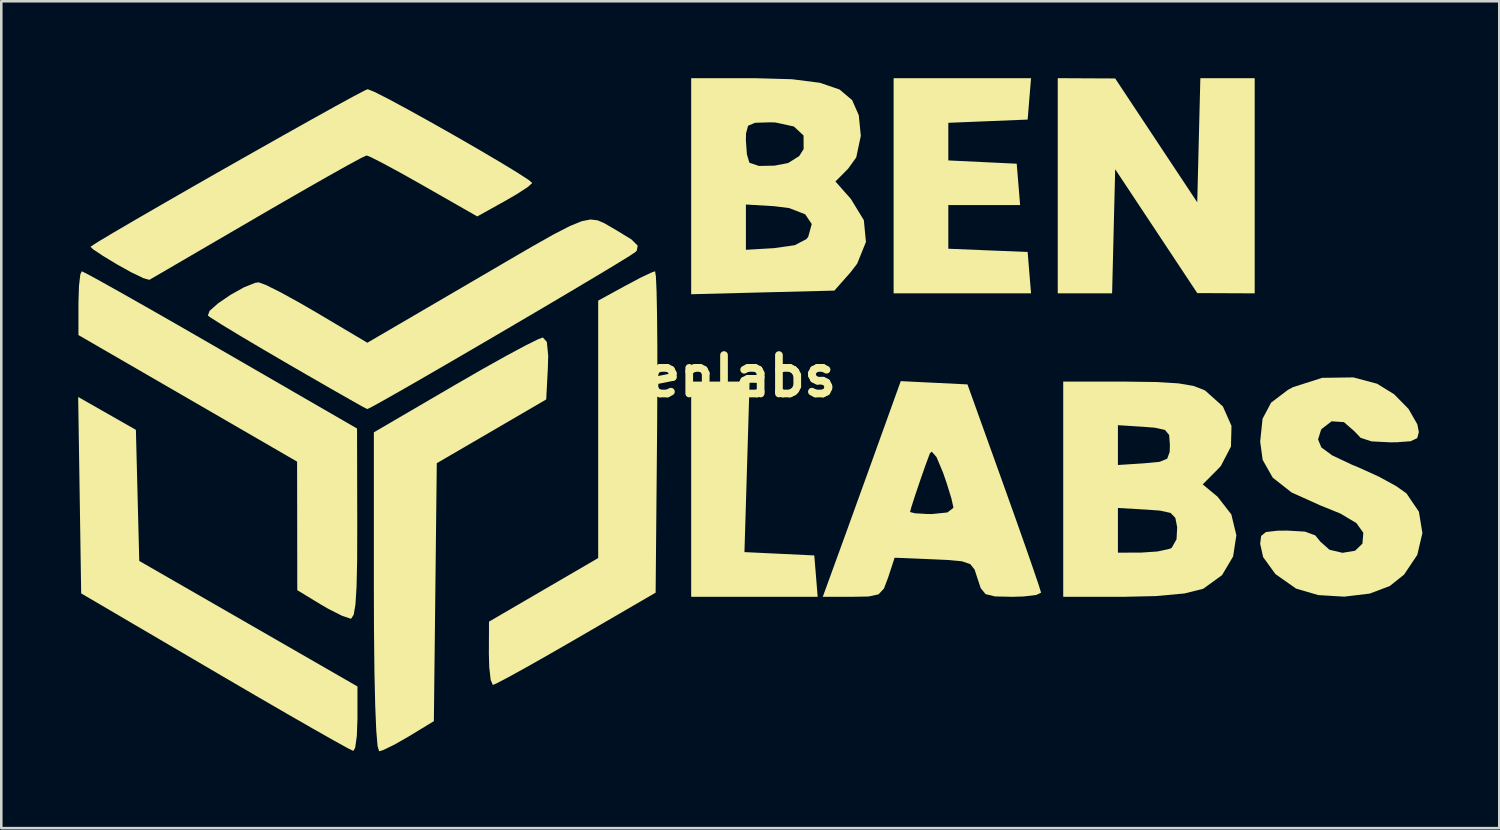
<source format=kicad_pcb>
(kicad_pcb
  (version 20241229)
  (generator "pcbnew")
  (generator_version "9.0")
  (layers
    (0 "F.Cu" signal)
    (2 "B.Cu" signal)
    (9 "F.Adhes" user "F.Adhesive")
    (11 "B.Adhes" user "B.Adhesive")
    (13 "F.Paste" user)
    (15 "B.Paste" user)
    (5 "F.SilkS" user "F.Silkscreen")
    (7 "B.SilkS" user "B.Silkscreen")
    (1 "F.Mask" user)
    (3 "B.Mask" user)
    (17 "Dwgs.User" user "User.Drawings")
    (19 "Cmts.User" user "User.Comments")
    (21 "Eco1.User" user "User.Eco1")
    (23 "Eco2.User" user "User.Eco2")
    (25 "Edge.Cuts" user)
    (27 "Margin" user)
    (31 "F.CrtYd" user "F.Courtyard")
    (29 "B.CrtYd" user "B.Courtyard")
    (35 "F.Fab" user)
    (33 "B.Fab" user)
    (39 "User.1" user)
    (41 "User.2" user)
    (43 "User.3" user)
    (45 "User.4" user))
  (footprint "benlabs"
    (layer "F.Cu")
    (at 25.197 11.624)
    (property "Reference" "benlabs" (at 0 0 0) (layer "F.SilkS") (effects (font (size 1.5 1.5) (thickness 0.3))))
    (attr board_only exclude_from_pos_files exclude_from_bom)
    (fp_poly (pts (xy 0.898 3.541) (xy 0.797 6.866) (xy 2.16 6.931) (xy 3.522 6.996) (xy 3.588 7.803) (xy 3.654 8.61) (xy 1.187 8.61) (xy -1.281 8.61) (xy -1.281 4.413) (xy -1.281 0.215) (xy -0.141 0.215) (xy 0.998 0.215)) (stroke (width 0) (type solid)) (fill yes) (layer "F.SilkS"))
    (fp_poly (pts (xy -24.071 1.455) (xy -22.945 2.096) (xy -22.88 4.653) (xy -22.814 7.211) (xy -18.557 9.659) (xy -14.301 12.108) (xy -14.301 13.373) (xy -14.326 14.043) (xy -14.39 14.496) (xy -14.461 14.623) (xy -14.68 14.516) (xy -15.219 14.218) (xy -16.031 13.758) (xy -17.066 13.164) (xy -18.277 12.462) (xy -19.615 11.681) (xy -19.85 11.543) (xy -25.08 8.477) (xy -25.138 4.646) (xy -25.197 0.814)) (stroke (width 0) (type solid)) (fill yes) (layer "F.SilkS"))
    (fp_poly (pts (xy 20.704 -7.426) (xy 20.704 -3.229) (xy 19.584 -3.234) (xy 18.463 -3.239) (xy 16.862 -5.656) (xy 15.261 -8.072) (xy 15.201 -5.65) (xy 15.141 -3.229) (xy 14.08 -3.229) (xy 13.02 -3.229) (xy 13.02 -7.426) (xy 13.02 -11.624) (xy 14.141 -11.618) (xy 15.261 -11.613) (xy 16.862 -9.197) (xy 18.463 -6.781) (xy 18.523 -9.202) (xy 18.584 -11.624) (xy 19.644 -11.624) (xy 20.704 -11.624)) (stroke (width 0) (type solid)) (fill yes) (layer "F.SilkS"))
    (fp_poly (pts (xy 11.912 -10.817) (xy 11.846 -10.009) (xy 10.299 -9.946) (xy 8.751 -9.883) (xy 8.751 -9.149) (xy 8.751 -8.415) (xy 10.085 -8.351) (xy 11.419 -8.287) (xy 11.486 -7.48) (xy 11.552 -6.673) (xy 10.152 -6.673) (xy 8.751 -6.673) (xy 8.751 -5.821) (xy 8.751 -4.97) (xy 10.299 -4.906) (xy 11.846 -4.843) (xy 11.912 -4.036) (xy 11.979 -3.229) (xy 9.298 -3.229) (xy 6.617 -3.229) (xy 6.617 -7.426) (xy 6.617 -11.624) (xy 9.298 -11.624) (xy 11.979 -11.624)) (stroke (width 0) (type solid)) (fill yes) (layer "F.SilkS"))
    (fp_poly (pts (xy -6.912 -1.334) (xy -6.859 -0.795) (xy -6.873 -0.298) (xy -6.937 0.91) (xy -9.071 2.154) (xy -11.206 3.397) (xy -11.263 8.429) (xy -11.32 13.461) (xy -12.286 14.049) (xy -12.868 14.382) (xy -13.311 14.595) (xy -13.456 14.637) (xy -13.517 14.427) (xy -13.568 13.816) (xy -13.609 12.835) (xy -13.639 11.512) (xy -13.656 9.879) (xy -13.661 8.415) (xy -13.661 2.193) (xy -10.493 0.343) (xy -9.437 -0.266) (xy -8.499 -0.79) (xy -7.746 -1.194) (xy -7.243 -1.443) (xy -7.067 -1.507)) (stroke (width 0) (type solid)) (fill yes) (layer "F.SilkS"))
    (fp_poly (pts (xy -2.657 -3.883) (xy -2.631 -3.3) (xy -2.613 -2.393) (xy -2.602 -1.216) (xy -2.6 0.179) (xy -2.608 1.736) (xy -2.611 2.179) (xy -2.668 8.448) (xy -5.763 10.246) (xy -6.8 10.843) (xy -7.708 11.357) (xy -8.424 11.752) (xy -8.883 11.992) (xy -9.018 12.049) (xy -9.103 11.857) (xy -9.16 11.354) (xy -9.174 10.817) (xy -9.169 9.579) (xy -7.039 8.338) (xy -4.909 7.098) (xy -4.909 2.077) (xy -4.909 -2.945) (xy -3.866 -3.517) (xy -3.27 -3.833) (xy -2.834 -4.04) (xy -2.689 -4.09)) (stroke (width 0) (type solid)) (fill yes) (layer "F.SilkS"))
    (fp_poly (pts (xy -24.847 -3.987) (xy -24.314 -3.696) (xy -23.506 -3.244) (xy -22.472 -2.658) (xy -21.258 -1.964) (xy -19.914 -1.19) (xy -19.623 -1.022) (xy -14.317 2.045) (xy -14.309 5.758) (xy -14.313 7.178) (xy -14.336 8.212) (xy -14.379 8.907) (xy -14.447 9.307) (xy -14.542 9.458) (xy -14.568 9.463) (xy -14.896 9.353) (xy -15.43 9.084) (xy -15.742 8.903) (xy -16.649 8.351) (xy -16.652 5.844) (xy -16.656 3.336) (xy -20.921 0.867) (xy -25.187 -1.602) (xy -25.187 -2.846) (xy -25.166 -3.513) (xy -25.114 -3.964) (xy -25.058 -4.09)) (stroke (width 0) (type solid)) (fill yes) (layer "F.SilkS"))
    (fp_poly (pts (xy -4.935 -6.079) (xy -4.674 -5.968) (xy -4.376 -5.794) (xy -4.193 -5.688) (xy -3.614 -5.334) (xy -3.368 -5.092) (xy -3.401 -4.899) (xy -3.451 -4.846) (xy -3.685 -4.689) (xy -4.225 -4.357) (xy -5.013 -3.883) (xy -5.991 -3.3) (xy -7.103 -2.642) (xy -8.291 -1.944) (xy -9.498 -1.237) (xy -10.665 -0.557) (xy -11.737 0.064) (xy -12.655 0.591) (xy -13.363 0.992) (xy -13.802 1.232) (xy -13.92 1.286) (xy -14.116 1.183) (xy -14.618 0.9) (xy -15.364 0.475) (xy -16.289 -0.058) (xy -16.969 -0.451) (xy -17.992 -1.049) (xy -18.887 -1.579) (xy -19.588 -2.004) (xy -20.026 -2.281) (xy -20.138 -2.362) (xy -20.07 -2.546) (xy -19.735 -2.842) (xy -19.249 -3.173) (xy -18.728 -3.465) (xy -18.291 -3.639) (xy -18.156 -3.659) (xy -17.871 -3.555) (xy -17.308 -3.274) (xy -16.557 -2.861) (xy -15.901 -2.481) (xy -13.915 -1.302) (xy -10.019 -3.577) (xy -8.585 -4.416) (xy -7.472 -5.064) (xy -6.629 -5.539) (xy -6.006 -5.859) (xy -5.549 -6.044) (xy -5.21 -6.111)) (stroke (width 0) (type solid)) (fill yes) (layer "F.SilkS"))
    (fp_poly (pts (xy -13.647 -11.093) (xy -13.11 -10.821) (xy -12.362 -10.419) (xy -11.478 -9.929) (xy -10.532 -9.395) (xy -9.6 -8.858) (xy -8.754 -8.36) (xy -8.07 -7.945) (xy -7.622 -7.654) (xy -7.482 -7.534) (xy -7.65 -7.381) (xy -8.09 -7.096) (xy -8.552 -6.828) (xy -9.627 -6.23) (xy -11.711 -7.42) (xy -12.557 -7.897) (xy -13.267 -8.282) (xy -13.757 -8.534) (xy -13.943 -8.61) (xy -14.163 -8.507) (xy -14.697 -8.218) (xy -15.49 -7.774) (xy -16.487 -7.205) (xy -17.634 -6.544) (xy -18.198 -6.216) (xy -19.394 -5.519) (xy -20.463 -4.896) (xy -21.351 -4.378) (xy -22.003 -3.998) (xy -22.365 -3.788) (xy -22.42 -3.756) (xy -22.65 -3.821) (xy -23.133 -4.054) (xy -23.658 -4.345) (xy -24.237 -4.695) (xy -24.619 -4.951) (xy -24.718 -5.048) (xy -24.417 -5.242) (xy -23.817 -5.601) (xy -22.976 -6.093) (xy -21.951 -6.686) (xy -20.799 -7.348) (xy -19.578 -8.045) (xy -18.345 -8.744) (xy -17.157 -9.415) (xy -16.072 -10.023) (xy -15.148 -10.536) (xy -14.44 -10.922) (xy -14.008 -11.148) (xy -13.901 -11.193)) (stroke (width 0) (type solid)) (fill yes) (layer "F.SilkS"))
    (fp_poly (pts (xy 2.65 -11.583) (xy 3.742 -11.444) (xy 4.509 -11.181) (xy 4.999 -10.767) (xy 5.258 -10.177) (xy 5.336 -9.385) (xy 5.336 -9.368) (xy 5.158 -8.531) (xy 4.842 -8.092) (xy 4.347 -7.593) (xy 4.948 -6.914) (xy 5.455 -6.085) (xy 5.537 -5.234) (xy 5.195 -4.387) (xy 4.927 -4.039) (xy 4.305 -3.336) (xy 1.512 -3.266) (xy -1.281 -3.195) (xy -1.281 -6.695) (xy 0.854 -6.695) (xy 0.854 -5.812) (xy 0.854 -4.928) (xy 1.952 -4.993) (xy 2.761 -5.108) (xy 3.214 -5.345) (xy 3.285 -5.435) (xy 3.423 -5.933) (xy 3.167 -6.313) (xy 2.542 -6.556) (xy 1.952 -6.63) (xy 0.854 -6.695) (xy -1.281 -6.695) (xy -1.281 -7.409) (xy -1.281 -9.184) (xy 0.854 -9.184) (xy 0.893 -8.652) (xy 0.988 -8.333) (xy 0.996 -8.323) (xy 1.361 -8.2) (xy 1.967 -8.211) (xy 2.501 -8.313) (xy 2.934 -8.585) (xy 3.106 -8.859) (xy 3.103 -9.387) (xy 2.727 -9.739) (xy 2.005 -9.896) (xy 1.788 -9.902) (xy 1.208 -9.883) (xy 0.938 -9.768) (xy 0.858 -9.466) (xy 0.854 -9.184) (xy -1.281 -9.184) (xy -1.281 -11.624) (xy 1.185 -11.624)) (stroke (width 0) (type solid)) (fill yes) (layer "F.SilkS"))
    (fp_poly (pts (xy 8.197 0.26) (xy 9.498 0.323) (xy 10.928 4.305) (xy 11.368 5.537) (xy 11.754 6.631) (xy 12.064 7.522) (xy 12.276 8.146) (xy 12.367 8.438) (xy 12.368 8.449) (xy 12.182 8.538) (xy 11.691 8.597) (xy 11.237 8.61) (xy 10.571 8.595) (xy 10.206 8.505) (xy 10.016 8.275) (xy 9.895 7.911) (xy 9.776 7.547) (xy 9.606 7.334) (xy 9.282 7.224) (xy 8.698 7.171) (xy 8.176 7.148) (xy 6.656 7.085) (xy 6.406 7.848) (xy 6.24 8.287) (xy 6.029 8.514) (xy 5.642 8.598) (xy 5.005 8.61) (xy 3.853 8.61) (xy 4.46 6.942) (xy 4.787 6.043) (xy 5.055 5.301) (xy 7.257 5.301) (xy 7.447 5.351) (xy 7.92 5.379) (xy 8.111 5.381) (xy 8.716 5.319) (xy 8.947 5.14) (xy 8.948 5.112) (xy 8.87 4.767) (xy 8.688 4.179) (xy 8.546 3.767) (xy 8.291 3.16) (xy 8.106 2.945) (xy 8.032 3.014) (xy 7.866 3.46) (xy 7.657 4.057) (xy 7.454 4.659) (xy 7.305 5.123) (xy 7.257 5.301) (xy 5.055 5.301) (xy 5.2 4.899) (xy 5.644 3.672) (xy 5.981 2.735) (xy 6.895 0.196)) (stroke (width 0) (type solid)) (fill yes) (layer "F.SilkS"))
    (fp_poly (pts (xy 16.89 0.231) (xy 17.73 0.283) (xy 18.313 0.382) (xy 18.722 0.538) (xy 18.785 0.574) (xy 19.463 1.183) (xy 19.799 1.942) (xy 19.778 2.748) (xy 19.386 3.502) (xy 19.263 3.635) (xy 18.676 4.224) (xy 19.256 4.705) (xy 19.793 5.396) (xy 19.989 6.209) (xy 19.862 7.036) (xy 19.43 7.765) (xy 18.709 8.287) (xy 18.669 8.304) (xy 17.959 8.48) (xy 16.845 8.582) (xy 15.588 8.61) (xy 13.234 8.61) (xy 13.234 5.144) (xy 15.368 5.144) (xy 15.368 6.016) (xy 15.368 6.888) (xy 16.275 6.885) (xy 16.91 6.842) (xy 17.383 6.739) (xy 17.466 6.7) (xy 17.655 6.364) (xy 17.68 5.896) (xy 17.608 5.531) (xy 17.422 5.337) (xy 17.008 5.247) (xy 16.489 5.209) (xy 15.368 5.144) (xy 13.234 5.144) (xy 13.234 4.413) (xy 13.234 1.914) (xy 15.368 1.914) (xy 15.368 2.691) (xy 15.368 3.468) (xy 16.382 3.402) (xy 16.994 3.344) (xy 17.291 3.222) (xy 17.388 2.956) (xy 17.396 2.691) (xy 17.367 2.299) (xy 17.205 2.099) (xy 16.798 2.011) (xy 16.382 1.979) (xy 15.368 1.914) (xy 13.234 1.914) (xy 13.234 0.215) (xy 15.709 0.215)) (stroke (width 0) (type solid)) (fill yes) (layer "F.SilkS"))
    (fp_poly (pts (xy 25.478 0.297) (xy 26.143 0.707) (xy 26.705 1.279) (xy 27.05 1.881) (xy 27.108 2.182) (xy 27.045 2.419) (xy 26.79 2.54) (xy 26.242 2.581) (xy 25.985 2.583) (xy 25.263 2.546) (xy 24.837 2.407) (xy 24.596 2.153) (xy 24.186 1.795) (xy 23.706 1.763) (xy 23.316 2.061) (xy 23.288 2.11) (xy 23.176 2.472) (xy 23.305 2.782) (xy 23.726 3.092) (xy 24.491 3.453) (xy 24.771 3.569) (xy 25.549 3.922) (xy 26.225 4.292) (xy 26.624 4.574) (xy 27.111 5.29) (xy 27.247 6.123) (xy 27.048 6.973) (xy 26.533 7.742) (xy 25.977 8.188) (xy 25.189 8.485) (xy 24.196 8.604) (xy 23.184 8.543) (xy 22.338 8.296) (xy 22.305 8.28) (xy 21.512 7.723) (xy 21.033 7.06) (xy 20.918 6.541) (xy 20.956 6.235) (xy 21.144 6.083) (xy 21.591 6.031) (xy 21.977 6.027) (xy 22.669 6.067) (xy 23.066 6.213) (xy 23.266 6.458) (xy 23.62 6.773) (xy 24.13 6.894) (xy 24.62 6.813) (xy 24.907 6.536) (xy 24.943 6.112) (xy 24.673 5.735) (xy 24.057 5.366) (xy 23.26 5.042) (xy 22.143 4.539) (xy 21.409 3.963) (xy 21.016 3.27) (xy 20.918 2.557) (xy 21.011 1.663) (xy 21.345 1.034) (xy 22 0.537) (xy 22.197 0.431) (xy 23.336 0.067) (xy 24.553 0.05)) (stroke (width 0) (type solid)) (fill yes) (layer "F.SilkS")))
  (gr_rect
    (start -3 -3)
    (end 55.443 29.261)
    (stroke (width 0.1) (type default))
    (fill no)
    (layer "Edge.Cuts")))
</source>
